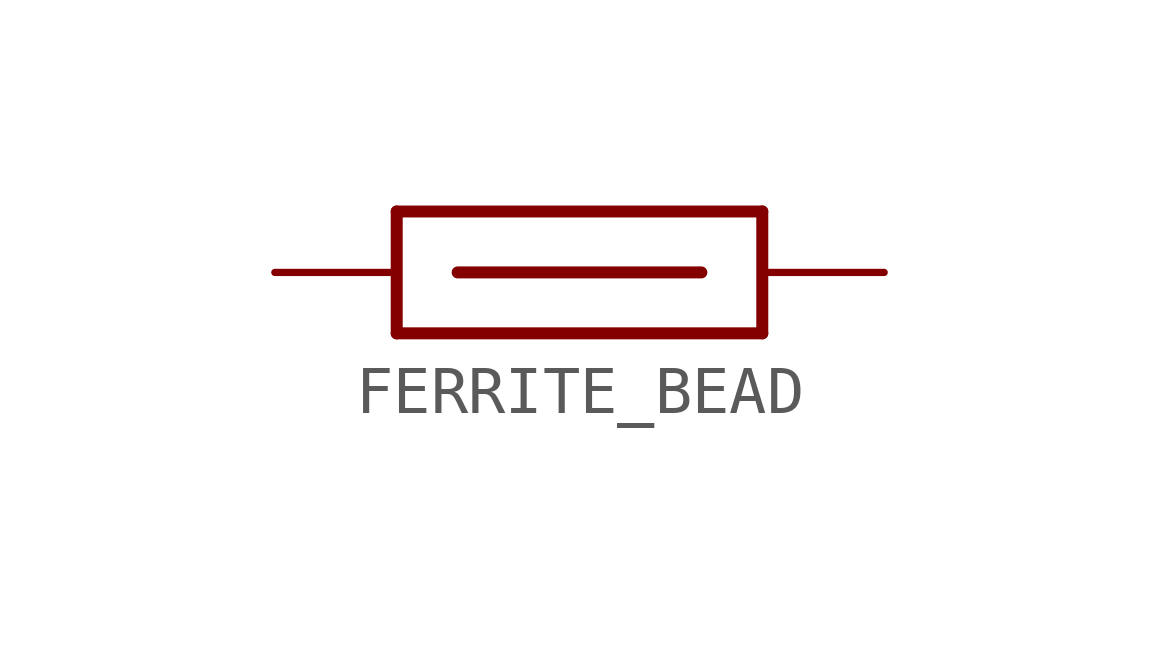
<source format=kicad_sym>
(kicad_symbol_lib
  (version 20231120)
  (generator "kicad_symbol_editor")
  (generator_version "8.0")
  (symbol "FERRITE_BEAD"
    (property "Reference" "FB"
      (at 0 0 0)
      (effects (font (size 1.27 1.27)) (hide yes)))
    (property "ki_locked" ""
      (at 0 0 0)
      (effects (font (size 1.27 1.27))))
    (symbol "FERRITE_BEAD_1_0"
      (polyline (pts (xy -3.81 -1.27) (xy -3.81 1.27)) (stroke (width 0.25) (type solid)) (fill (type none)))
      (polyline (pts (xy -3.81 1.27) (xy 3.81 1.27)) (stroke (width 0.25) (type solid)) (fill (type none)))
      (polyline (pts (xy -2.54 0) (xy 2.54 0)) (stroke (width 0.25) (type solid)) (fill (type none)))
      (polyline (pts (xy 3.81 -1.27) (xy -3.81 -1.27)) (stroke (width 0.25) (type solid)) (fill (type none)))
      (polyline (pts (xy 3.81 1.27) (xy 3.81 -1.27)) (stroke (width 0.25) (type solid)) (fill (type none)))
      (pin passive line (at -6.35 0 0) (length 2.54) (name "1" (effects (font (size 0 0)))) (number "1" (effects (font (size 0 0)))))
      (pin passive line (at 6.35 0 180) (length 2.54) (name "2" (effects (font (size 0 0)))) (number "2" (effects (font (size 0 0))))))))
</source>
